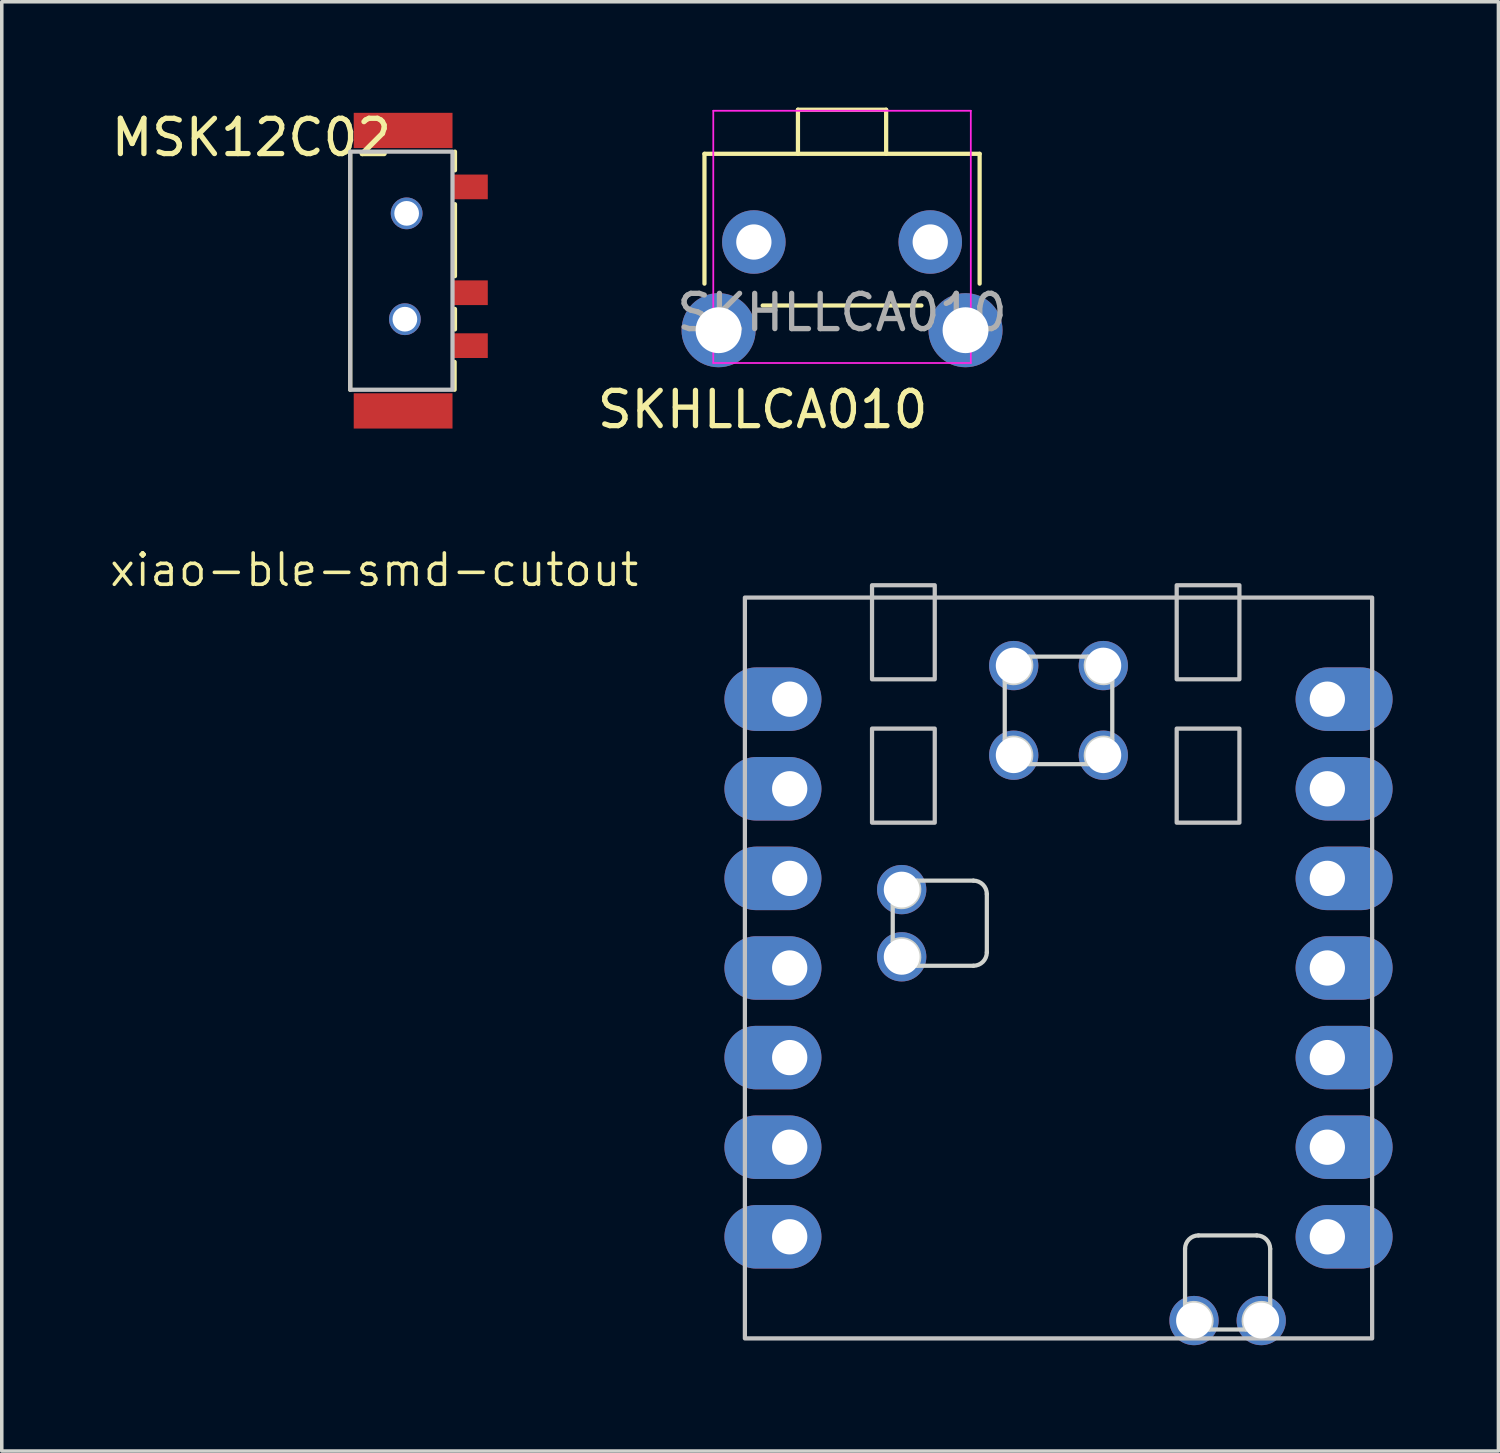
<source format=kicad_pcb>
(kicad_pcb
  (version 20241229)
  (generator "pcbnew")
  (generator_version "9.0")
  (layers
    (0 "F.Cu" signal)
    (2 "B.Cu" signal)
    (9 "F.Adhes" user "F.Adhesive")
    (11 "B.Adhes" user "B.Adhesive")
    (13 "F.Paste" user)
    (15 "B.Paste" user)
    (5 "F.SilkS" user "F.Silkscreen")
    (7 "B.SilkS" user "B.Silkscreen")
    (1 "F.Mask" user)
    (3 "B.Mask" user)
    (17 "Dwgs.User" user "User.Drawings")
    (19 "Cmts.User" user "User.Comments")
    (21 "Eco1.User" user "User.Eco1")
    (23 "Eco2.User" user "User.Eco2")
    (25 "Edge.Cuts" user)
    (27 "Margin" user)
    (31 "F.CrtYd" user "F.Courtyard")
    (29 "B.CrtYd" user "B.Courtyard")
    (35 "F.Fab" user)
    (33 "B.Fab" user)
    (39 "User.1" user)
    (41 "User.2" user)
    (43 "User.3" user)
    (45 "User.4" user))
  (footprint "xiao-ble-smd-cutout"
    (layer "F.Cu")
    (at 26.955 24.389)
    (property "Reference" "xiao-ble-smd-cutout" (at -19.399 -11.283 0) (layer "F.SilkS") (effects (font (size 0.889 0.889) (thickness 0.102))))
    (attr smd exclude_from_pos_files)
    (fp_rect (start -8.89 10.5) (end 8.89 -10.5) (stroke (width 0.12) (type solid)) (fill no) (layer "Dwgs.User"))
    (fp_rect (start -5.286 -6.786) (end -3.508 -4.119) (stroke (width 0.12) (type solid)) (fill no) (layer "Dwgs.User"))
    (fp_rect (start -3.508 -8.183) (end -5.286 -10.85) (stroke (width 0.12) (type solid)) (fill no) (layer "Dwgs.User"))
    (fp_rect (start 3.35 -10.85) (end 5.128 -8.183) (stroke (width 0.12) (type solid)) (fill no) (layer "Dwgs.User"))
    (fp_rect (start 3.35 -6.786) (end 5.128 -4.119) (stroke (width 0.12) (type solid)) (fill no) (layer "Dwgs.User"))
    (fp_line (start -4.699 -0.749) (end -4.699 -1.79) (stroke (width 0.12) (type solid)) (layer "Edge.Cuts"))
    (fp_line (start -4.013 -2.476) (end -2.413 -2.476) (stroke (width 0.12) (type solid)) (layer "Edge.Cuts"))
    (fp_line (start -2.413 -0.063) (end -4.013 -0.063) (stroke (width 0.12) (type solid)) (layer "Edge.Cuts"))
    (fp_line (start -2.032 -2.095) (end -2.032 -0.444) (stroke (width 0.12) (type solid)) (layer "Edge.Cuts"))
    (fp_line (start -1.524 -6.464) (end -1.524 -8.14) (stroke (width 0.12) (type solid)) (layer "Edge.Cuts"))
    (fp_line (start -0.838 -8.826) (end 0.838 -8.826) (stroke (width 0.12) (type solid)) (layer "Edge.Cuts"))
    (fp_line (start -0.838 -5.778) (end 0.838 -5.778) (stroke (width 0.12) (type solid)) (layer "Edge.Cuts"))
    (fp_line (start 1.524 -6.464) (end 1.524 -8.14) (stroke (width 0.12) (type solid)) (layer "Edge.Cuts"))
    (fp_line (start 3.587 9.562) (end 3.587 7.962) (stroke (width 0.12) (type solid)) (layer "Edge.Cuts"))
    (fp_line (start 3.968 7.581) (end 5.619 7.581) (stroke (width 0.12) (type solid)) (layer "Edge.Cuts"))
    (fp_line (start 5.314 10.248) (end 4.273 10.248) (stroke (width 0.12) (type solid)) (layer "Edge.Cuts"))
    (fp_line (start 6 7.962) (end 6 9.562) (stroke (width 0.12) (type solid)) (layer "Edge.Cuts"))
    (fp_arc (start -4.699 -0.7488) (mid -4.095391 -0.666609) (end -4.0132 -0.063) (stroke (width 0.12) (type solid)) (layer "Edge.Cuts"))
    (fp_arc (start -4.0132 -2.476) (mid -4.095391 -1.872391) (end -4.699 -1.7902) (stroke (width 0.12) (type solid)) (layer "Edge.Cuts"))
    (fp_arc (start -2.413 -2.476) (mid -2.143592 -2.364408) (end -2.032 -2.095) (stroke (width 0.12) (type solid)) (layer "Edge.Cuts"))
    (fp_arc (start -2.032 -0.444) (mid -2.143592 -0.174592) (end -2.413 -0.063) (stroke (width 0.12) (type solid)) (layer "Edge.Cuts"))
    (fp_arc (start -1.524 -6.4638) (mid -0.920391 -6.381609) (end -0.8382 -5.778) (stroke (width 0.12) (type solid)) (layer "Edge.Cuts"))
    (fp_arc (start -0.8382 -8.826) (mid -0.920391 -8.222391) (end -1.524 -8.1402) (stroke (width 0.12) (type solid)) (layer "Edge.Cuts"))
    (fp_arc (start 0.8382 -5.778) (mid 0.920391 -6.381609) (end 1.524 -6.4638) (stroke (width 0.12) (type solid)) (layer "Edge.Cuts"))
    (fp_arc (start 1.524 -8.1402) (mid 0.920391 -8.222391) (end 0.8382 -8.826) (stroke (width 0.12) (type solid)) (layer "Edge.Cuts"))
    (fp_arc (start 3.587 7.961753) (mid 3.698592 7.692345) (end 3.968 7.580753) (stroke (width 0.12) (type solid)) (layer "Edge.Cuts"))
    (fp_arc (start 3.587 9.561953) (mid 4.190609 9.644144) (end 4.2728 10.247753) (stroke (width 0.12) (type solid)) (layer "Edge.Cuts"))
    (fp_arc (start 5.3142 10.247753) (mid 5.396391 9.644144) (end 6 9.561953) (stroke (width 0.12) (type solid)) (layer "Edge.Cuts"))
    (fp_arc (start 5.619 7.580753) (mid 5.888408 7.692345) (end 6 7.961753) (stroke (width 0.12) (type solid)) (layer "Edge.Cuts"))
    (pad "1" thru_hole oval (at -7.62 -7.62) (size 2.75 1.8) (drill 1 (offset -0.475 0)) (layers "*.Cu" "*.Mask"))
    (pad "2" thru_hole oval (at -7.62 -5.08) (size 2.75 1.8) (drill 1 (offset -0.475 0)) (layers "*.Cu" "*.Mask"))
    (pad "3" thru_hole oval (at -7.62 -2.54) (size 2.75 1.8) (drill 1 (offset -0.475 0)) (layers "*.Cu" "*.Mask"))
    (pad "4" thru_hole oval (at -7.62 0) (size 2.75 1.8) (drill 1 (offset -0.475 0)) (layers "*.Cu" "*.Mask"))
    (pad "5" thru_hole oval (at -7.62 2.54) (size 2.75 1.8) (drill 1 (offset -0.475 0)) (layers "*.Cu" "*.Mask"))
    (pad "6" thru_hole oval (at -7.62 5.08) (size 2.75 1.8) (drill 1 (offset -0.475 0)) (layers "*.Cu" "*.Mask"))
    (pad "7" thru_hole oval (at -7.62 7.62) (size 2.75 1.8) (drill 1 (offset -0.475 0)) (layers "*.Cu" "*.Mask"))
    (pad "8" thru_hole oval (at 7.62 7.62 180) (size 2.75 1.8) (drill 1 (offset -0.475 0)) (layers "*.Cu" "*.Mask"))
    (pad "9" thru_hole oval (at 7.62 5.08 180) (size 2.75 1.8) (drill 1 (offset -0.475 0)) (layers "*.Cu" "*.Mask"))
    (pad "10" thru_hole oval (at 7.62 2.54 180) (size 2.75 1.8) (drill 1 (offset -0.475 0)) (layers "*.Cu" "*.Mask"))
    (pad "11" thru_hole oval (at 7.62 0 180) (size 2.75 1.8) (drill 1 (offset -0.475 0)) (layers "*.Cu" "*.Mask"))
    (pad "12" thru_hole oval (at 7.62 -2.54 180) (size 2.75 1.8) (drill 1 (offset -0.475 0)) (layers "*.Cu" "*.Mask"))
    (pad "13" thru_hole oval (at 7.62 -5.08 180) (size 2.75 1.8) (drill 1 (offset -0.475 0)) (layers "*.Cu" "*.Mask"))
    (pad "14" thru_hole oval (at 7.62 -7.62 180) (size 2.75 1.8) (drill 1 (offset -0.475 0)) (layers "*.Cu" "*.Mask"))
    (pad "15" thru_hole circle (at -1.27 -8.572 90) (size 1.397 1.397) (drill 1.016) (layers "*.Cu" "*.Mask"))
    (pad "16" thru_hole circle (at 1.27 -8.572 90) (size 1.397 1.397) (drill 1.016) (layers "*.Cu" "*.Mask"))
    (pad "17" thru_hole circle (at -1.27 -6.032 90) (size 1.397 1.397) (drill 1.016) (layers "*.Cu" "*.Mask"))
    (pad "18" thru_hole circle (at 1.27 -6.032 90) (size 1.397 1.397) (drill 1.016) (layers "*.Cu" "*.Mask"))
    (pad "19" thru_hole circle (at -4.445 -0.317 180) (size 1.397 1.397) (drill 1.016) (layers "*.Cu" "*.Mask"))
    (pad "20" thru_hole circle (at -4.445 -2.222 180) (size 1.397 1.397) (drill 1.016) (layers "*.Cu" "*.Mask"))
    (pad "21" thru_hole circle (at 3.841 9.994 270) (size 1.397 1.397) (drill 1.016) (layers "*.Cu" "*.Mask"))
    (pad "22" thru_hole circle (at 5.746 9.994 270) (size 1.397 1.397) (drill 1.016) (layers "*.Cu" "*.Mask")))
  (footprint "MSK12C02"
    (layer "F.Cu")
    (at 7.077 0.748)
    (property "Reference" "MSK12C02" (at -3 0.1 0) (layer "F.SilkS") (effects (font (size 1 1) (thickness 0.15))))
    (attr through_hole)
    (fp_line (start -0.2 7.25) (end -0.2 0.5) (stroke (width 0.12) (type solid)) (layer "F.SilkS"))
    (fp_line (start 2.76 6.46) (end 2.76 7.25) (stroke (width 0.12) (type solid)) (layer "F.SilkS"))
    (fp_line (start 2.77 1.03) (end 2.77 0.5) (stroke (width 0.12) (type solid)) (layer "F.SilkS"))
    (fp_line (start 2.77 1.99) (end 2.77 4.03) (stroke (width 0.12) (type solid)) (layer "F.SilkS"))
    (fp_line (start 2.77 4.96) (end 2.77 5.54) (stroke (width 0.12) (type solid)) (layer "F.SilkS"))
    (fp_rect (start -0.2 0.5) (end 2.7 7.25) (stroke (width 0.12) (type solid)) (fill no) (layer "Dwgs.User"))
    (pad "" smd rect (at 1.3 -0.1) (size 2.8 1) (layers "F.Cu" "F.Mask" "F.Paste"))
    (pad "" smd rect (at 1.3 7.85) (size 2.8 1) (layers "F.Cu" "F.Mask" "F.Paste"))
    (pad "" np_thru_hole circle (at 1.35 5.25) (size 0.9 0.9) (drill 0.7) (layers "*.Cu" "*.Mask"))
    (pad "" np_thru_hole circle (at 1.4 2.25) (size 0.9 0.9) (drill 0.7) (layers "*.Cu" "*.Mask"))
    (pad "1" smd rect (at 3.2 1.5 90) (size 0.7 1) (layers "F.Cu" "F.Mask" "F.Paste"))
    (pad "2" smd rect (at 3.2 4.5 90) (size 0.7 1) (layers "F.Cu" "F.Mask" "F.Paste"))
    (pad "3" smd rect (at 3.2 6 90) (size 0.7 1) (layers "F.Cu" "F.Mask" "F.Paste")))
  (footprint "SKHLLCA010"
    (layer "F.Cu")
    (at 20.819 5.06)
    (property "Reference" "SKHLLCA010" (at -2.25 3.5 0) (unlocked yes) (layer "F.SilkS") (effects (font (size 1 1) (thickness 0.15))))
    (attr through_hole)
    (fp_line (start -3.9 -3.75) (end 3.9 -3.75) (stroke (width 0.12) (type solid)) (layer "F.SilkS"))
    (fp_line (start -3.9 -0.07) (end -3.9 -3.75) (stroke (width 0.12) (type solid)) (layer "F.SilkS"))
    (fp_line (start -2.25 0.55) (end 2.25 0.55) (stroke (width 0.12) (type solid)) (layer "F.SilkS"))
    (fp_line (start -1.25 -5) (end 1.25 -5) (stroke (width 0.12) (type solid)) (layer "F.SilkS"))
    (fp_line (start -1.25 -3.75) (end -1.25 -5) (stroke (width 0.12) (type solid)) (layer "F.SilkS"))
    (fp_line (start 1.25 -3.75) (end 1.25 -5) (stroke (width 0.12) (type solid)) (layer "F.SilkS"))
    (fp_line (start 3.9 -0.07) (end 3.9 -3.75) (stroke (width 0.12) (type solid)) (layer "F.SilkS"))
    (fp_line (start -3.65 -4.97) (end -3.65 2.18) (stroke (width 0.05) (type solid)) (layer "F.CrtYd"))
    (fp_line (start -3.65 -4.97) (end 3.65 -4.97) (stroke (width 0.05) (type solid)) (layer "F.CrtYd"))
    (fp_line (start -3.65 2.18) (end 3.65 2.18) (stroke (width 0.05) (type solid)) (layer "F.CrtYd"))
    (fp_line (start 3.65 -4.97) (end 3.65 2.18) (stroke (width 0.05) (type solid)) (layer "F.CrtYd"))
    (fp_text user "${REFERENCE}" (at 0 0.75 0) (unlocked yes) (layer "F.Fab") (effects (font (size 1 1) (thickness 0.15))))
    (pad "" thru_hole circle (at -3.5 1.25) (size 2.1 2.1) (drill 1.3) (layers "*.Cu" "*.Mask"))
    (pad "" thru_hole circle (at 3.5 1.25) (size 2.1 2.1) (drill 1.3) (layers "*.Cu" "*.Mask"))
    (pad "1" thru_hole circle (at 2.5 -1.25) (size 1.8 1.8) (drill 1) (layers "*.Cu" "B.Mask"))
    (pad "2" thru_hole circle (at -2.5 -1.25) (size 1.8 1.8) (drill 1) (layers "*.Cu" "B.Mask")))
  (gr_rect
    (start -3 -3)
    (end 39.425 38.082)
    (stroke (width 0.1) (type default))
    (fill no)
    (layer "Edge.Cuts")))
</source>
